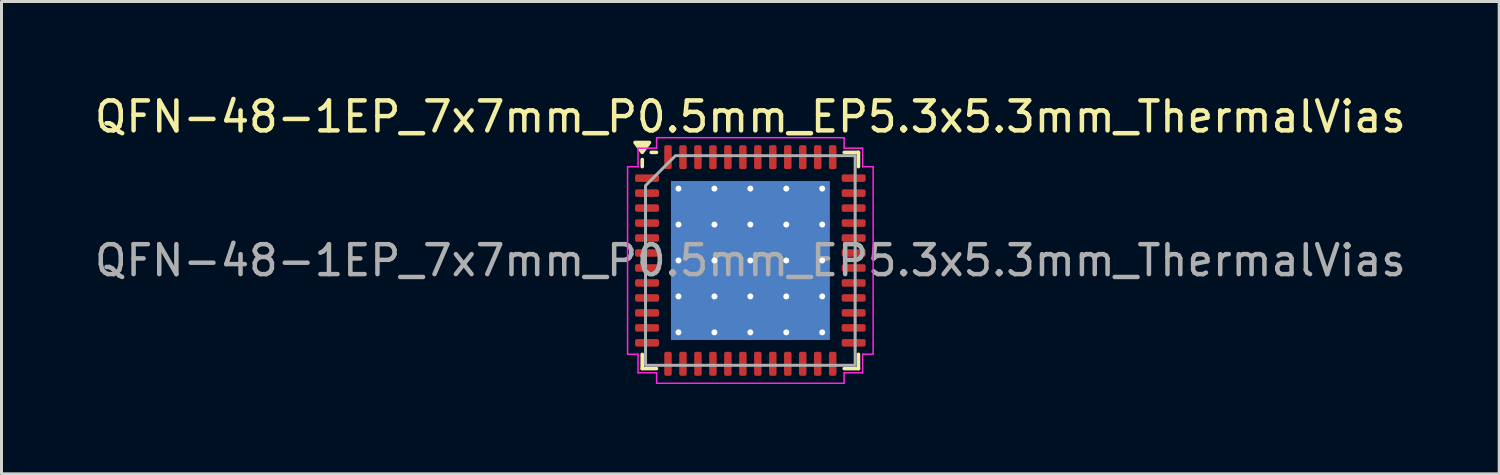
<source format=kicad_pcb>
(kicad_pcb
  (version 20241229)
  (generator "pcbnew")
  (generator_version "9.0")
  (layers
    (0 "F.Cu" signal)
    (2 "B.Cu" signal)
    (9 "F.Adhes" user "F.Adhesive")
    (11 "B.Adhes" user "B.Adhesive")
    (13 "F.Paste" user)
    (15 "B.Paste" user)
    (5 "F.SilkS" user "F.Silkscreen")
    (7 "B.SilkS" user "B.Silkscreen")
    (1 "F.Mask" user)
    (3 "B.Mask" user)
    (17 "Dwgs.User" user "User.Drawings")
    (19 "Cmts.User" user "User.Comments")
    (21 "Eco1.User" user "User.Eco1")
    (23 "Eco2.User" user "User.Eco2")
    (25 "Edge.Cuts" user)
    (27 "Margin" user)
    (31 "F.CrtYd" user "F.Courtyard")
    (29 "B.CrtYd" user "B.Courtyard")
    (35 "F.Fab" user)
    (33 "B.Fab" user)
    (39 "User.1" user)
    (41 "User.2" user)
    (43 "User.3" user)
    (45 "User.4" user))
  (footprint "QFN-48-1EP_7x7mm_P0.5mm_EP5.3x5.3mm_ThermalVias"
    (layer "F.Cu")
    (at 22.006 5.648)
    (property "Reference" "QFN-48-1EP_7x7mm_P0.5mm_EP5.3x5.3mm_ThermalVias" (at 0 -4.8 0) (layer "F.SilkS") (effects (font (size 1 1) (thickness 0.15))))
    (attr smd)
    (fp_line (start -3.61 -3.135) (end -3.61 -3.37) (stroke (width 0.12) (type solid)) (layer "F.SilkS"))
    (fp_line (start -3.61 3.61) (end -3.61 3.135) (stroke (width 0.12) (type solid)) (layer "F.SilkS"))
    (fp_line (start -3.135 -3.61) (end -3.31 -3.61) (stroke (width 0.12) (type solid)) (layer "F.SilkS"))
    (fp_line (start -3.135 3.61) (end -3.61 3.61) (stroke (width 0.12) (type solid)) (layer "F.SilkS"))
    (fp_line (start 3.135 -3.61) (end 3.61 -3.61) (stroke (width 0.12) (type solid)) (layer "F.SilkS"))
    (fp_line (start 3.135 3.61) (end 3.61 3.61) (stroke (width 0.12) (type solid)) (layer "F.SilkS"))
    (fp_line (start 3.61 -3.61) (end 3.61 -3.135) (stroke (width 0.12) (type solid)) (layer "F.SilkS"))
    (fp_line (start 3.61 3.61) (end 3.61 3.135) (stroke (width 0.12) (type solid)) (layer "F.SilkS"))
    (fp_poly (pts (xy -3.61 -3.61) (xy -3.85 -3.94) (xy -3.37 -3.94)) (stroke (width 0.12) (type solid)) (fill yes) (layer "F.SilkS"))
    (fp_line (start -4.1 -3.13) (end -3.75 -3.13) (stroke (width 0.05) (type solid)) (layer "F.CrtYd"))
    (fp_line (start -4.1 3.13) (end -4.1 -3.13) (stroke (width 0.05) (type solid)) (layer "F.CrtYd"))
    (fp_line (start -3.75 -3.75) (end -3.13 -3.75) (stroke (width 0.05) (type solid)) (layer "F.CrtYd"))
    (fp_line (start -3.75 -3.13) (end -3.75 -3.75) (stroke (width 0.05) (type solid)) (layer "F.CrtYd"))
    (fp_line (start -3.75 3.13) (end -4.1 3.13) (stroke (width 0.05) (type solid)) (layer "F.CrtYd"))
    (fp_line (start -3.75 3.75) (end -3.75 3.13) (stroke (width 0.05) (type solid)) (layer "F.CrtYd"))
    (fp_line (start -3.13 -4.1) (end 3.13 -4.1) (stroke (width 0.05) (type solid)) (layer "F.CrtYd"))
    (fp_line (start -3.13 -3.75) (end -3.13 -4.1) (stroke (width 0.05) (type solid)) (layer "F.CrtYd"))
    (fp_line (start -3.13 3.75) (end -3.75 3.75) (stroke (width 0.05) (type solid)) (layer "F.CrtYd"))
    (fp_line (start -3.13 4.1) (end -3.13 3.75) (stroke (width 0.05) (type solid)) (layer "F.CrtYd"))
    (fp_line (start 3.13 -4.1) (end 3.13 -3.75) (stroke (width 0.05) (type solid)) (layer "F.CrtYd"))
    (fp_line (start 3.13 -3.75) (end 3.75 -3.75) (stroke (width 0.05) (type solid)) (layer "F.CrtYd"))
    (fp_line (start 3.13 3.75) (end 3.13 4.1) (stroke (width 0.05) (type solid)) (layer "F.CrtYd"))
    (fp_line (start 3.13 4.1) (end -3.13 4.1) (stroke (width 0.05) (type solid)) (layer "F.CrtYd"))
    (fp_line (start 3.75 -3.75) (end 3.75 -3.13) (stroke (width 0.05) (type solid)) (layer "F.CrtYd"))
    (fp_line (start 3.75 -3.13) (end 4.1 -3.13) (stroke (width 0.05) (type solid)) (layer "F.CrtYd"))
    (fp_line (start 3.75 3.13) (end 3.75 3.75) (stroke (width 0.05) (type solid)) (layer "F.CrtYd"))
    (fp_line (start 3.75 3.75) (end 3.13 3.75) (stroke (width 0.05) (type solid)) (layer "F.CrtYd"))
    (fp_line (start 4.1 -3.13) (end 4.1 3.13) (stroke (width 0.05) (type solid)) (layer "F.CrtYd"))
    (fp_line (start 4.1 3.13) (end 3.75 3.13) (stroke (width 0.05) (type solid)) (layer "F.CrtYd"))
    (fp_poly (pts (xy -3.5 -2.5) (xy -3.5 3.5) (xy 3.5 3.5) (xy 3.5 -3.5) (xy -2.5 -3.5)) (stroke (width 0.1) (type solid)) (fill no) (layer "F.Fab"))
    (fp_text user "${REFERENCE}" (at 0 0 0) (layer "F.Fab") (effects (font (size 1 1) (thickness 0.15))))
    (pad "" smd roundrect (at -1.98 -1.98) (size 1.03 1.03) (layers "F.Paste") (roundrect_rratio 0.243))
    (pad "" smd roundrect (at -1.98 -0.66) (size 1.03 1.03) (layers "F.Paste") (roundrect_rratio 0.243))
    (pad "" smd roundrect (at -1.98 0.66) (size 1.03 1.03) (layers "F.Paste") (roundrect_rratio 0.243))
    (pad "" smd roundrect (at -1.98 1.98) (size 1.03 1.03) (layers "F.Paste") (roundrect_rratio 0.243))
    (pad "" smd roundrect (at -0.66 -1.98) (size 1.03 1.03) (layers "F.Paste") (roundrect_rratio 0.243))
    (pad "" smd roundrect (at -0.66 -0.66) (size 1.03 1.03) (layers "F.Paste") (roundrect_rratio 0.243))
    (pad "" smd roundrect (at -0.66 0.66) (size 1.03 1.03) (layers "F.Paste") (roundrect_rratio 0.243))
    (pad "" smd roundrect (at -0.66 1.98) (size 1.03 1.03) (layers "F.Paste") (roundrect_rratio 0.243))
    (pad "" smd roundrect (at 0.66 -1.98) (size 1.03 1.03) (layers "F.Paste") (roundrect_rratio 0.243))
    (pad "" smd roundrect (at 0.66 -0.66) (size 1.03 1.03) (layers "F.Paste") (roundrect_rratio 0.243))
    (pad "" smd roundrect (at 0.66 0.66) (size 1.03 1.03) (layers "F.Paste") (roundrect_rratio 0.243))
    (pad "" smd roundrect (at 0.66 1.98) (size 1.03 1.03) (layers "F.Paste") (roundrect_rratio 0.243))
    (pad "" smd roundrect (at 1.98 -1.98) (size 1.03 1.03) (layers "F.Paste") (roundrect_rratio 0.243))
    (pad "" smd roundrect (at 1.98 -0.66) (size 1.03 1.03) (layers "F.Paste") (roundrect_rratio 0.243))
    (pad "" smd roundrect (at 1.98 0.66) (size 1.03 1.03) (layers "F.Paste") (roundrect_rratio 0.243))
    (pad "" smd roundrect (at 1.98 1.98) (size 1.03 1.03) (layers "F.Paste") (roundrect_rratio 0.243))
    (pad "1" smd roundrect (at -3.45 -2.75) (size 0.8 0.25) (layers "F.Cu" "F.Mask" "F.Paste") (roundrect_rratio 0.25))
    (pad "2" smd roundrect (at -3.45 -2.25) (size 0.8 0.25) (layers "F.Cu" "F.Mask" "F.Paste") (roundrect_rratio 0.25))
    (pad "3" smd roundrect (at -3.45 -1.75) (size 0.8 0.25) (layers "F.Cu" "F.Mask" "F.Paste") (roundrect_rratio 0.25))
    (pad "4" smd roundrect (at -3.45 -1.25) (size 0.8 0.25) (layers "F.Cu" "F.Mask" "F.Paste") (roundrect_rratio 0.25))
    (pad "5" smd roundrect (at -3.45 -0.75) (size 0.8 0.25) (layers "F.Cu" "F.Mask" "F.Paste") (roundrect_rratio 0.25))
    (pad "6" smd roundrect (at -3.45 -0.25) (size 0.8 0.25) (layers "F.Cu" "F.Mask" "F.Paste") (roundrect_rratio 0.25))
    (pad "7" smd roundrect (at -3.45 0.25) (size 0.8 0.25) (layers "F.Cu" "F.Mask" "F.Paste") (roundrect_rratio 0.25))
    (pad "8" smd roundrect (at -3.45 0.75) (size 0.8 0.25) (layers "F.Cu" "F.Mask" "F.Paste") (roundrect_rratio 0.25))
    (pad "9" smd roundrect (at -3.45 1.25) (size 0.8 0.25) (layers "F.Cu" "F.Mask" "F.Paste") (roundrect_rratio 0.25))
    (pad "10" smd roundrect (at -3.45 1.75) (size 0.8 0.25) (layers "F.Cu" "F.Mask" "F.Paste") (roundrect_rratio 0.25))
    (pad "11" smd roundrect (at -3.45 2.25) (size 0.8 0.25) (layers "F.Cu" "F.Mask" "F.Paste") (roundrect_rratio 0.25))
    (pad "12" smd roundrect (at -3.45 2.75) (size 0.8 0.25) (layers "F.Cu" "F.Mask" "F.Paste") (roundrect_rratio 0.25))
    (pad "13" smd roundrect (at -2.75 3.45) (size 0.25 0.8) (layers "F.Cu" "F.Mask" "F.Paste") (roundrect_rratio 0.25))
    (pad "14" smd roundrect (at -2.25 3.45) (size 0.25 0.8) (layers "F.Cu" "F.Mask" "F.Paste") (roundrect_rratio 0.25))
    (pad "15" smd roundrect (at -1.75 3.45) (size 0.25 0.8) (layers "F.Cu" "F.Mask" "F.Paste") (roundrect_rratio 0.25))
    (pad "16" smd roundrect (at -1.25 3.45) (size 0.25 0.8) (layers "F.Cu" "F.Mask" "F.Paste") (roundrect_rratio 0.25))
    (pad "17" smd roundrect (at -0.75 3.45) (size 0.25 0.8) (layers "F.Cu" "F.Mask" "F.Paste") (roundrect_rratio 0.25))
    (pad "18" smd roundrect (at -0.25 3.45) (size 0.25 0.8) (layers "F.Cu" "F.Mask" "F.Paste") (roundrect_rratio 0.25))
    (pad "19" smd roundrect (at 0.25 3.45) (size 0.25 0.8) (layers "F.Cu" "F.Mask" "F.Paste") (roundrect_rratio 0.25))
    (pad "20" smd roundrect (at 0.75 3.45) (size 0.25 0.8) (layers "F.Cu" "F.Mask" "F.Paste") (roundrect_rratio 0.25))
    (pad "21" smd roundrect (at 1.25 3.45) (size 0.25 0.8) (layers "F.Cu" "F.Mask" "F.Paste") (roundrect_rratio 0.25))
    (pad "22" smd roundrect (at 1.75 3.45) (size 0.25 0.8) (layers "F.Cu" "F.Mask" "F.Paste") (roundrect_rratio 0.25))
    (pad "23" smd roundrect (at 2.25 3.45) (size 0.25 0.8) (layers "F.Cu" "F.Mask" "F.Paste") (roundrect_rratio 0.25))
    (pad "24" smd roundrect (at 2.75 3.45) (size 0.25 0.8) (layers "F.Cu" "F.Mask" "F.Paste") (roundrect_rratio 0.25))
    (pad "25" smd roundrect (at 3.45 2.75) (size 0.8 0.25) (layers "F.Cu" "F.Mask" "F.Paste") (roundrect_rratio 0.25))
    (pad "26" smd roundrect (at 3.45 2.25) (size 0.8 0.25) (layers "F.Cu" "F.Mask" "F.Paste") (roundrect_rratio 0.25))
    (pad "27" smd roundrect (at 3.45 1.75) (size 0.8 0.25) (layers "F.Cu" "F.Mask" "F.Paste") (roundrect_rratio 0.25))
    (pad "28" smd roundrect (at 3.45 1.25) (size 0.8 0.25) (layers "F.Cu" "F.Mask" "F.Paste") (roundrect_rratio 0.25))
    (pad "29" smd roundrect (at 3.45 0.75) (size 0.8 0.25) (layers "F.Cu" "F.Mask" "F.Paste") (roundrect_rratio 0.25))
    (pad "30" smd roundrect (at 3.45 0.25) (size 0.8 0.25) (layers "F.Cu" "F.Mask" "F.Paste") (roundrect_rratio 0.25))
    (pad "31" smd roundrect (at 3.45 -0.25) (size 0.8 0.25) (layers "F.Cu" "F.Mask" "F.Paste") (roundrect_rratio 0.25))
    (pad "32" smd roundrect (at 3.45 -0.75) (size 0.8 0.25) (layers "F.Cu" "F.Mask" "F.Paste") (roundrect_rratio 0.25))
    (pad "33" smd roundrect (at 3.45 -1.25) (size 0.8 0.25) (layers "F.Cu" "F.Mask" "F.Paste") (roundrect_rratio 0.25))
    (pad "34" smd roundrect (at 3.45 -1.75) (size 0.8 0.25) (layers "F.Cu" "F.Mask" "F.Paste") (roundrect_rratio 0.25))
    (pad "35" smd roundrect (at 3.45 -2.25) (size 0.8 0.25) (layers "F.Cu" "F.Mask" "F.Paste") (roundrect_rratio 0.25))
    (pad "36" smd roundrect (at 3.45 -2.75) (size 0.8 0.25) (layers "F.Cu" "F.Mask" "F.Paste") (roundrect_rratio 0.25))
    (pad "37" smd roundrect (at 2.75 -3.45) (size 0.25 0.8) (layers "F.Cu" "F.Mask" "F.Paste") (roundrect_rratio 0.25))
    (pad "38" smd roundrect (at 2.25 -3.45) (size 0.25 0.8) (layers "F.Cu" "F.Mask" "F.Paste") (roundrect_rratio 0.25))
    (pad "39" smd roundrect (at 1.75 -3.45) (size 0.25 0.8) (layers "F.Cu" "F.Mask" "F.Paste") (roundrect_rratio 0.25))
    (pad "40" smd roundrect (at 1.25 -3.45) (size 0.25 0.8) (layers "F.Cu" "F.Mask" "F.Paste") (roundrect_rratio 0.25))
    (pad "41" smd roundrect (at 0.75 -3.45) (size 0.25 0.8) (layers "F.Cu" "F.Mask" "F.Paste") (roundrect_rratio 0.25))
    (pad "42" smd roundrect (at 0.25 -3.45) (size 0.25 0.8) (layers "F.Cu" "F.Mask" "F.Paste") (roundrect_rratio 0.25))
    (pad "43" smd roundrect (at -0.25 -3.45) (size 0.25 0.8) (layers "F.Cu" "F.Mask" "F.Paste") (roundrect_rratio 0.25))
    (pad "44" smd roundrect (at -0.75 -3.45) (size 0.25 0.8) (layers "F.Cu" "F.Mask" "F.Paste") (roundrect_rratio 0.25))
    (pad "45" smd roundrect (at -1.25 -3.45) (size 0.25 0.8) (layers "F.Cu" "F.Mask" "F.Paste") (roundrect_rratio 0.25))
    (pad "46" smd roundrect (at -1.75 -3.45) (size 0.25 0.8) (layers "F.Cu" "F.Mask" "F.Paste") (roundrect_rratio 0.25))
    (pad "47" smd roundrect (at -2.25 -3.45) (size 0.25 0.8) (layers "F.Cu" "F.Mask" "F.Paste") (roundrect_rratio 0.25))
    (pad "48" smd roundrect (at -2.75 -3.45) (size 0.25 0.8) (layers "F.Cu" "F.Mask" "F.Paste") (roundrect_rratio 0.25))
    (pad "49" thru_hole circle (at -2.4 -2.4) (size 0.5 0.5) (drill 0.2) (property pad_prop_heatsink) (layers "*.Cu"))
    (pad "49" thru_hole circle (at -2.4 -1.2) (size 0.5 0.5) (drill 0.2) (property pad_prop_heatsink) (layers "*.Cu"))
    (pad "49" thru_hole circle (at -2.4 0) (size 0.5 0.5) (drill 0.2) (property pad_prop_heatsink) (layers "*.Cu"))
    (pad "49" thru_hole circle (at -2.4 1.2) (size 0.5 0.5) (drill 0.2) (property pad_prop_heatsink) (layers "*.Cu"))
    (pad "49" thru_hole circle (at -2.4 2.4) (size 0.5 0.5) (drill 0.2) (property pad_prop_heatsink) (layers "*.Cu"))
    (pad "49" thru_hole circle (at -1.2 -2.4) (size 0.5 0.5) (drill 0.2) (property pad_prop_heatsink) (layers "*.Cu"))
    (pad "49" thru_hole circle (at -1.2 -1.2) (size 0.5 0.5) (drill 0.2) (property pad_prop_heatsink) (layers "*.Cu"))
    (pad "49" thru_hole circle (at -1.2 0) (size 0.5 0.5) (drill 0.2) (property pad_prop_heatsink) (layers "*.Cu"))
    (pad "49" thru_hole circle (at -1.2 1.2) (size 0.5 0.5) (drill 0.2) (property pad_prop_heatsink) (layers "*.Cu"))
    (pad "49" thru_hole circle (at -1.2 2.4) (size 0.5 0.5) (drill 0.2) (property pad_prop_heatsink) (layers "*.Cu"))
    (pad "49" thru_hole circle (at 0 -2.4) (size 0.5 0.5) (drill 0.2) (property pad_prop_heatsink) (layers "*.Cu"))
    (pad "49" thru_hole circle (at 0 -1.2) (size 0.5 0.5) (drill 0.2) (property pad_prop_heatsink) (layers "*.Cu"))
    (pad "49" thru_hole circle (at 0 0) (size 0.5 0.5) (drill 0.2) (property pad_prop_heatsink) (layers "*.Cu"))
    (pad "49" smd rect (at 0 0) (size 5.3 5.3) (property pad_prop_heatsink) (layers "F.Cu" "F.Mask"))
    (pad "49" smd rect (at 0 0) (size 5.3 5.3) (property pad_prop_heatsink) (layers "B.Cu"))
    (pad "49" thru_hole circle (at 0 1.2) (size 0.5 0.5) (drill 0.2) (property pad_prop_heatsink) (layers "*.Cu"))
    (pad "49" thru_hole circle (at 0 2.4) (size 0.5 0.5) (drill 0.2) (property pad_prop_heatsink) (layers "*.Cu"))
    (pad "49" thru_hole circle (at 1.2 -2.4) (size 0.5 0.5) (drill 0.2) (property pad_prop_heatsink) (layers "*.Cu"))
    (pad "49" thru_hole circle (at 1.2 -1.2) (size 0.5 0.5) (drill 0.2) (property pad_prop_heatsink) (layers "*.Cu"))
    (pad "49" thru_hole circle (at 1.2 0) (size 0.5 0.5) (drill 0.2) (property pad_prop_heatsink) (layers "*.Cu"))
    (pad "49" thru_hole circle (at 1.2 1.2) (size 0.5 0.5) (drill 0.2) (property pad_prop_heatsink) (layers "*.Cu"))
    (pad "49" thru_hole circle (at 1.2 2.4) (size 0.5 0.5) (drill 0.2) (property pad_prop_heatsink) (layers "*.Cu"))
    (pad "49" thru_hole circle (at 2.4 -2.4) (size 0.5 0.5) (drill 0.2) (property pad_prop_heatsink) (layers "*.Cu"))
    (pad "49" thru_hole circle (at 2.4 -1.2) (size 0.5 0.5) (drill 0.2) (property pad_prop_heatsink) (layers "*.Cu"))
    (pad "49" thru_hole circle (at 2.4 0) (size 0.5 0.5) (drill 0.2) (property pad_prop_heatsink) (layers "*.Cu"))
    (pad "49" thru_hole circle (at 2.4 1.2) (size 0.5 0.5) (drill 0.2) (property pad_prop_heatsink) (layers "*.Cu"))
    (pad "49" thru_hole circle (at 2.4 2.4) (size 0.5 0.5) (drill 0.2) (property pad_prop_heatsink) (layers "*.Cu")))
  (gr_rect
    (start -3 -3)
    (end 47.012 12.773)
    (stroke (width 0.1) (type default))
    (fill no)
    (layer "Edge.Cuts")))
</source>
